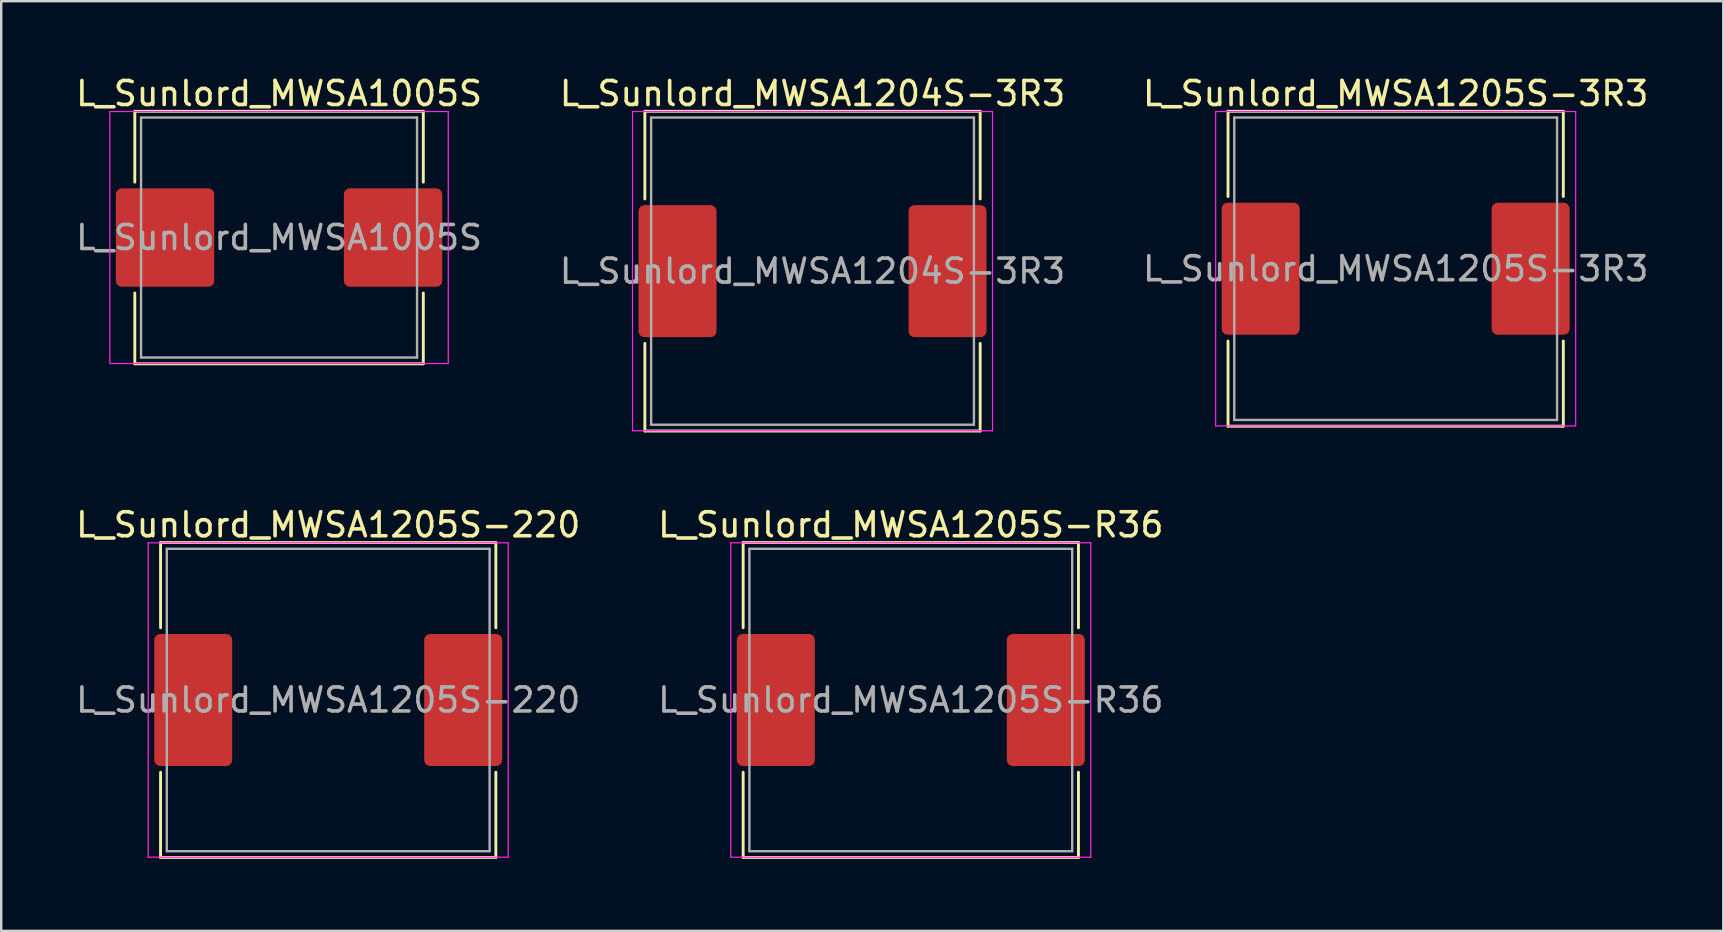
<source format=kicad_pcb>
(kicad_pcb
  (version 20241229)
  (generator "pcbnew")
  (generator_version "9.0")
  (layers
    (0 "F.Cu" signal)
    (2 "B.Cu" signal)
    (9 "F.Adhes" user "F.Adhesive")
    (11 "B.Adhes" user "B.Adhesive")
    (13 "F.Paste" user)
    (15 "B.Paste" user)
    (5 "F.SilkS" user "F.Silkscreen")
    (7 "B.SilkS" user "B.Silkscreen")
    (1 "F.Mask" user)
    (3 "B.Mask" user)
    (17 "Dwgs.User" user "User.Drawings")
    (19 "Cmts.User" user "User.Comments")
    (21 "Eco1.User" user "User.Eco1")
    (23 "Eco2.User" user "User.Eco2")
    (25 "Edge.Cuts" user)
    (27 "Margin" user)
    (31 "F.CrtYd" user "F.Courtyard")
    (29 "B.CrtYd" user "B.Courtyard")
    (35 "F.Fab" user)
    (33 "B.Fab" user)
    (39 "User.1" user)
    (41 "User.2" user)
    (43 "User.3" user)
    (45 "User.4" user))
  (footprint "L_Sunlord_MWSA1205S-R36"
    (layer "F.Cu")
    (at 34.899 26.116)
    (property "Reference" "L_Sunlord_MWSA1205S-R36" (at 0 -7.3 0) (layer "F.SilkS") (effects (font (size 1 1) (thickness 0.15))))
    (attr smd)
    (fp_line (start -6.985 -6.56) (end -6.985 -3.01) (stroke (width 0.12) (type solid)) (layer "F.SilkS"))
    (fp_line (start -6.985 -6.56) (end 6.985 -6.56) (stroke (width 0.12) (type solid)) (layer "F.SilkS"))
    (fp_line (start -6.985 6.56) (end -6.985 3.01) (stroke (width 0.12) (type solid)) (layer "F.SilkS"))
    (fp_line (start -6.985 6.56) (end 6.985 6.56) (stroke (width 0.12) (type solid)) (layer "F.SilkS"))
    (fp_line (start 6.985 -6.56) (end 6.985 -3.01) (stroke (width 0.12) (type solid)) (layer "F.SilkS"))
    (fp_line (start 6.985 6.56) (end 6.985 3.01) (stroke (width 0.12) (type solid)) (layer "F.SilkS"))
    (fp_line (start -7.5 -6.55) (end -7.5 6.55) (stroke (width 0.05) (type solid)) (layer "F.CrtYd"))
    (fp_line (start -7.5 6.55) (end 7.5 6.55) (stroke (width 0.05) (type solid)) (layer "F.CrtYd"))
    (fp_line (start 7.5 -6.55) (end -7.5 -6.55) (stroke (width 0.05) (type solid)) (layer "F.CrtYd"))
    (fp_line (start 7.5 6.55) (end 7.5 -6.55) (stroke (width 0.05) (type solid)) (layer "F.CrtYd"))
    (fp_line (start -6.725 -6.3) (end -6.725 6.3) (stroke (width 0.1) (type solid)) (layer "F.Fab"))
    (fp_line (start -6.725 6.3) (end 6.725 6.3) (stroke (width 0.1) (type solid)) (layer "F.Fab"))
    (fp_line (start 6.725 -6.3) (end -6.725 -6.3) (stroke (width 0.1) (type solid)) (layer "F.Fab"))
    (fp_line (start 6.725 6.3) (end 6.725 -6.3) (stroke (width 0.1) (type solid)) (layer "F.Fab"))
    (fp_text user "${REFERENCE}" (at 0 0 0) (layer "F.Fab") (effects (font (size 1 1) (thickness 0.15))))
    (pad "1" smd roundrect (at -5.625 0) (size 3.25 5.5) (layers "F.Cu" "F.Mask" "F.Paste") (roundrect_rratio 0.077))
    (pad "2" smd roundrect (at 5.625 0) (size 3.25 5.5) (layers "F.Cu" "F.Mask" "F.Paste") (roundrect_rratio 0.077)))
  (footprint "L_Sunlord_MWSA1005S"
    (layer "F.Cu")
    (at 8.577 6.848)
    (property "Reference" "L_Sunlord_MWSA1005S" (at 0 -6 0) (layer "F.SilkS") (effects (font (size 1 1) (thickness 0.15))))
    (attr smd)
    (fp_line (start -6.01 -5.26) (end -6.01 -2.31) (stroke (width 0.12) (type solid)) (layer "F.SilkS"))
    (fp_line (start -6.01 -5.26) (end 6.01 -5.26) (stroke (width 0.12) (type solid)) (layer "F.SilkS"))
    (fp_line (start -6.01 5.26) (end -6.01 2.31) (stroke (width 0.12) (type solid)) (layer "F.SilkS"))
    (fp_line (start -6.01 5.26) (end 6.01 5.26) (stroke (width 0.12) (type solid)) (layer "F.SilkS"))
    (fp_line (start 6.01 -5.26) (end 6.01 -2.31) (stroke (width 0.12) (type solid)) (layer "F.SilkS"))
    (fp_line (start 6.01 5.26) (end 6.01 2.31) (stroke (width 0.12) (type solid)) (layer "F.SilkS"))
    (fp_line (start -7.05 -5.25) (end -7.05 5.25) (stroke (width 0.05) (type solid)) (layer "F.CrtYd"))
    (fp_line (start -7.05 5.25) (end 7.05 5.25) (stroke (width 0.05) (type solid)) (layer "F.CrtYd"))
    (fp_line (start 7.05 -5.25) (end -7.05 -5.25) (stroke (width 0.05) (type solid)) (layer "F.CrtYd"))
    (fp_line (start 7.05 5.25) (end 7.05 -5.25) (stroke (width 0.05) (type solid)) (layer "F.CrtYd"))
    (fp_line (start -5.75 -5) (end -5.75 5) (stroke (width 0.1) (type solid)) (layer "F.Fab"))
    (fp_line (start -5.75 5) (end 5.75 5) (stroke (width 0.1) (type solid)) (layer "F.Fab"))
    (fp_line (start 5.75 -5) (end -5.75 -5) (stroke (width 0.1) (type solid)) (layer "F.Fab"))
    (fp_line (start 5.75 5) (end 5.75 -5) (stroke (width 0.1) (type solid)) (layer "F.Fab"))
    (fp_text user "${REFERENCE}" (at 0 0 0) (layer "F.Fab") (effects (font (size 1 1) (thickness 0.15))))
    (pad "1" smd roundrect (at -4.75 0) (size 4.1 4.1) (layers "F.Cu" "F.Mask" "F.Paste") (roundrect_rratio 0.061))
    (pad "2" smd roundrect (at 4.75 0) (size 4.1 4.1) (layers "F.Cu" "F.Mask" "F.Paste") (roundrect_rratio 0.061)))
  (footprint "L_Sunlord_MWSA1205S-220"
    (layer "F.Cu")
    (at 10.625 26.116)
    (property "Reference" "L_Sunlord_MWSA1205S-220" (at 0 -7.3 0) (layer "F.SilkS") (effects (font (size 1 1) (thickness 0.15))))
    (attr smd)
    (fp_line (start -6.985 -6.56) (end -6.985 -3.01) (stroke (width 0.12) (type solid)) (layer "F.SilkS"))
    (fp_line (start -6.985 -6.56) (end 6.985 -6.56) (stroke (width 0.12) (type solid)) (layer "F.SilkS"))
    (fp_line (start -6.985 6.56) (end -6.985 3.01) (stroke (width 0.12) (type solid)) (layer "F.SilkS"))
    (fp_line (start -6.985 6.56) (end 6.985 6.56) (stroke (width 0.12) (type solid)) (layer "F.SilkS"))
    (fp_line (start 6.985 -6.56) (end 6.985 -3.01) (stroke (width 0.12) (type solid)) (layer "F.SilkS"))
    (fp_line (start 6.985 6.56) (end 6.985 3.01) (stroke (width 0.12) (type solid)) (layer "F.SilkS"))
    (fp_line (start -7.5 -6.55) (end -7.5 6.55) (stroke (width 0.05) (type solid)) (layer "F.CrtYd"))
    (fp_line (start -7.5 6.55) (end 7.5 6.55) (stroke (width 0.05) (type solid)) (layer "F.CrtYd"))
    (fp_line (start 7.5 -6.55) (end -7.5 -6.55) (stroke (width 0.05) (type solid)) (layer "F.CrtYd"))
    (fp_line (start 7.5 6.55) (end 7.5 -6.55) (stroke (width 0.05) (type solid)) (layer "F.CrtYd"))
    (fp_line (start -6.725 -6.3) (end -6.725 6.3) (stroke (width 0.1) (type solid)) (layer "F.Fab"))
    (fp_line (start -6.725 6.3) (end 6.725 6.3) (stroke (width 0.1) (type solid)) (layer "F.Fab"))
    (fp_line (start 6.725 -6.3) (end -6.725 -6.3) (stroke (width 0.1) (type solid)) (layer "F.Fab"))
    (fp_line (start 6.725 6.3) (end 6.725 -6.3) (stroke (width 0.1) (type solid)) (layer "F.Fab"))
    (fp_text user "${REFERENCE}" (at 0 0 0) (layer "F.Fab") (effects (font (size 1 1) (thickness 0.15))))
    (pad "1" smd roundrect (at -5.625 0) (size 3.25 5.5) (layers "F.Cu" "F.Mask" "F.Paste") (roundrect_rratio 0.077))
    (pad "2" smd roundrect (at 5.625 0) (size 3.25 5.5) (layers "F.Cu" "F.Mask" "F.Paste") (roundrect_rratio 0.077)))
  (footprint "L_Sunlord_MWSA1204S-3R3"
    (layer "F.Cu")
    (at 30.804 8.248)
    (property "Reference" "L_Sunlord_MWSA1204S-3R3" (at 0 -7.4 0) (layer "F.SilkS") (effects (font (size 1 1) (thickness 0.15))))
    (attr smd)
    (fp_line (start -6.985 -6.66) (end -6.985 -3.01) (stroke (width 0.12) (type solid)) (layer "F.SilkS"))
    (fp_line (start -6.985 -6.66) (end 6.985 -6.66) (stroke (width 0.12) (type solid)) (layer "F.SilkS"))
    (fp_line (start -6.985 6.66) (end -6.985 3.01) (stroke (width 0.12) (type solid)) (layer "F.SilkS"))
    (fp_line (start -6.985 6.66) (end 6.985 6.66) (stroke (width 0.12) (type solid)) (layer "F.SilkS"))
    (fp_line (start 6.985 -6.66) (end 6.985 -3.01) (stroke (width 0.12) (type solid)) (layer "F.SilkS"))
    (fp_line (start 6.985 6.66) (end 6.985 3.01) (stroke (width 0.12) (type solid)) (layer "F.SilkS"))
    (fp_line (start -7.5 -6.65) (end -7.5 6.65) (stroke (width 0.05) (type solid)) (layer "F.CrtYd"))
    (fp_line (start -7.5 6.65) (end 7.5 6.65) (stroke (width 0.05) (type solid)) (layer "F.CrtYd"))
    (fp_line (start 7.5 -6.65) (end -7.5 -6.65) (stroke (width 0.05) (type solid)) (layer "F.CrtYd"))
    (fp_line (start 7.5 6.65) (end 7.5 -6.65) (stroke (width 0.05) (type solid)) (layer "F.CrtYd"))
    (fp_line (start -6.725 -6.4) (end -6.725 6.4) (stroke (width 0.1) (type solid)) (layer "F.Fab"))
    (fp_line (start -6.725 6.4) (end 6.725 6.4) (stroke (width 0.1) (type solid)) (layer "F.Fab"))
    (fp_line (start 6.725 -6.4) (end -6.725 -6.4) (stroke (width 0.1) (type solid)) (layer "F.Fab"))
    (fp_line (start 6.725 6.4) (end 6.725 -6.4) (stroke (width 0.1) (type solid)) (layer "F.Fab"))
    (fp_text user "${REFERENCE}" (at 0 0 0) (layer "F.Fab") (effects (font (size 1 1) (thickness 0.15))))
    (pad "1" smd roundrect (at -5.625 0) (size 3.25 5.5) (layers "F.Cu" "F.Mask" "F.Paste") (roundrect_rratio 0.077))
    (pad "2" smd roundrect (at 5.625 0) (size 3.25 5.5) (layers "F.Cu" "F.Mask" "F.Paste") (roundrect_rratio 0.077)))
  (footprint "L_Sunlord_MWSA1205S-3R3"
    (layer "F.Cu")
    (at 55.101 8.148)
    (property "Reference" "L_Sunlord_MWSA1205S-3R3" (at 0 -7.3 0) (layer "F.SilkS") (effects (font (size 1 1) (thickness 0.15))))
    (attr smd)
    (fp_line (start -6.985 -6.56) (end -6.985 -3.01) (stroke (width 0.12) (type solid)) (layer "F.SilkS"))
    (fp_line (start -6.985 -6.56) (end 6.985 -6.56) (stroke (width 0.12) (type solid)) (layer "F.SilkS"))
    (fp_line (start -6.985 6.56) (end -6.985 3.01) (stroke (width 0.12) (type solid)) (layer "F.SilkS"))
    (fp_line (start -6.985 6.56) (end 6.985 6.56) (stroke (width 0.12) (type solid)) (layer "F.SilkS"))
    (fp_line (start 6.985 -6.56) (end 6.985 -3.01) (stroke (width 0.12) (type solid)) (layer "F.SilkS"))
    (fp_line (start 6.985 6.56) (end 6.985 3.01) (stroke (width 0.12) (type solid)) (layer "F.SilkS"))
    (fp_line (start -7.5 -6.55) (end -7.5 6.55) (stroke (width 0.05) (type solid)) (layer "F.CrtYd"))
    (fp_line (start -7.5 6.55) (end 7.5 6.55) (stroke (width 0.05) (type solid)) (layer "F.CrtYd"))
    (fp_line (start 7.5 -6.55) (end -7.5 -6.55) (stroke (width 0.05) (type solid)) (layer "F.CrtYd"))
    (fp_line (start 7.5 6.55) (end 7.5 -6.55) (stroke (width 0.05) (type solid)) (layer "F.CrtYd"))
    (fp_line (start -6.725 -6.3) (end -6.725 6.3) (stroke (width 0.1) (type solid)) (layer "F.Fab"))
    (fp_line (start -6.725 6.3) (end 6.725 6.3) (stroke (width 0.1) (type solid)) (layer "F.Fab"))
    (fp_line (start 6.725 -6.3) (end -6.725 -6.3) (stroke (width 0.1) (type solid)) (layer "F.Fab"))
    (fp_line (start 6.725 6.3) (end 6.725 -6.3) (stroke (width 0.1) (type solid)) (layer "F.Fab"))
    (fp_text user "${REFERENCE}" (at 0 0 0) (layer "F.Fab") (effects (font (size 1 1) (thickness 0.15))))
    (pad "1" smd roundrect (at -5.625 0) (size 3.25 5.5) (layers "F.Cu" "F.Mask" "F.Paste") (roundrect_rratio 0.077))
    (pad "2" smd roundrect (at 5.625 0) (size 3.25 5.5) (layers "F.Cu" "F.Mask" "F.Paste") (roundrect_rratio 0.077)))
  (gr_rect
    (start -3 -3)
    (end 68.75 35.736)
    (stroke (width 0.1) (type default))
    (fill no)
    (layer "Edge.Cuts")))
</source>
